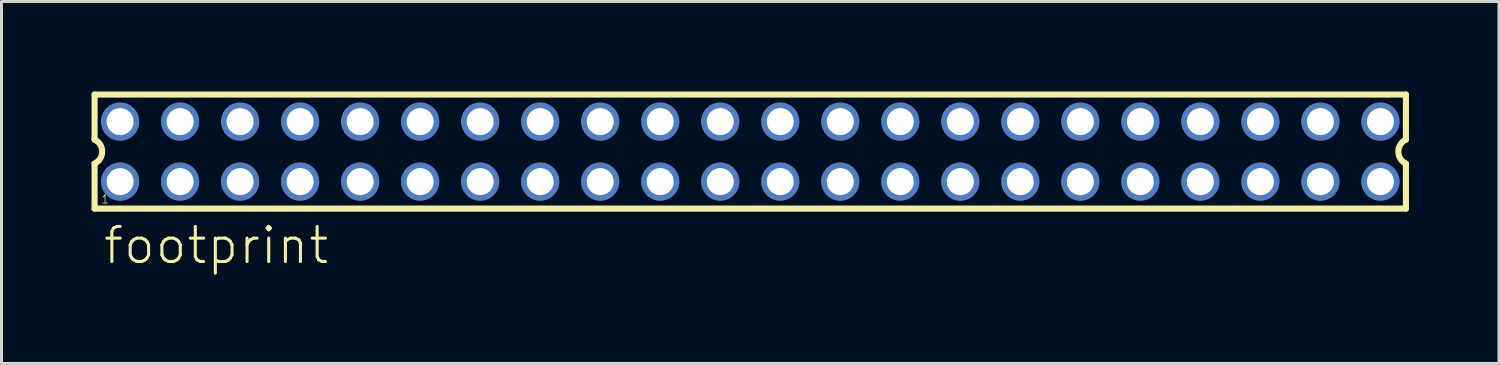
<source format=kicad_pcb>
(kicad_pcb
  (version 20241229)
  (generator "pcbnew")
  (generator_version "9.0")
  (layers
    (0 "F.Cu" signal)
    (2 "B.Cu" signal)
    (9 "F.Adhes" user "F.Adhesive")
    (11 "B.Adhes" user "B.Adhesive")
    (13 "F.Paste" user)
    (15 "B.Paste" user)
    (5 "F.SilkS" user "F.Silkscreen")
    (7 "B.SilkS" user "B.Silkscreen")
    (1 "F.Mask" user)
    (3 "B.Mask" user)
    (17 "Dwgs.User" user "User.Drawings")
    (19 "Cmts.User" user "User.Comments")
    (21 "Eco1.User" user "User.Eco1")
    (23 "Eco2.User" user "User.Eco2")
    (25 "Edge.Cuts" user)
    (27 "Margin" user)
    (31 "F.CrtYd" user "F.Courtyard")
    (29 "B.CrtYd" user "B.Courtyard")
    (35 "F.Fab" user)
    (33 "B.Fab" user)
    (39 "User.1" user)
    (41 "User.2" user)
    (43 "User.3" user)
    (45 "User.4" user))
  (footprint "footprint"
    (layer "F.Cu")
    (at 21.952 2.002)
    (property "Reference" "footprint" (at -21.62 3.81 0) (layer "F.SilkS") (effects (font (size 1.168 1.168) (thickness 0.102)) (justify left bottom)))
    (fp_line (start -21.85 -1.9) (end -21.85 -0.4) (stroke (width 0.203) (type solid)) (layer "F.SilkS"))
    (fp_line (start -21.85 0.4) (end -21.85 1.9) (stroke (width 0.203) (type solid)) (layer "F.SilkS"))
    (fp_line (start -21.85 1.9) (end 21.85 1.9) (stroke (width 0.203) (type solid)) (layer "F.SilkS"))
    (fp_line (start 21.85 -1.9) (end -21.85 -1.9) (stroke (width 0.203) (type solid)) (layer "F.SilkS"))
    (fp_line (start 21.85 -0.4) (end 21.85 -1.9) (stroke (width 0.203) (type solid)) (layer "F.SilkS"))
    (fp_line (start 21.85 1.9) (end 21.85 0.4) (stroke (width 0.203) (type solid)) (layer "F.SilkS"))
    (fp_arc (start -21.85 -0.4) (mid -21.597168 -0.000001) (end -21.849998 0.399999) (stroke (width 0.2032) (type solid)) (layer "F.SilkS"))
    (fp_arc (start 21.85 0.4) (mid 21.597168 0.000001) (end 21.849998 -0.399999) (stroke (width 0.2032) (type solid)) (layer "F.SilkS"))
    (fp_poly (pts (xy -21.25 -0.75) (xy -20.75 -0.75) (xy -20.75 -1.25) (xy -21.25 -1.25)) (stroke (width 0.1) (type solid)) (fill no) (layer "F.Fab"))
    (fp_poly (pts (xy -21.25 1.25) (xy -20.75 1.25) (xy -20.75 0.75) (xy -21.25 0.75)) (stroke (width 0.1) (type solid)) (fill no) (layer "F.Fab"))
    (fp_poly (pts (xy -19.25 -0.75) (xy -18.75 -0.75) (xy -18.75 -1.25) (xy -19.25 -1.25)) (stroke (width 0.1) (type solid)) (fill no) (layer "F.Fab"))
    (fp_poly (pts (xy -19.25 1.25) (xy -18.75 1.25) (xy -18.75 0.75) (xy -19.25 0.75)) (stroke (width 0.1) (type solid)) (fill no) (layer "F.Fab"))
    (fp_poly (pts (xy -17.25 -0.75) (xy -16.75 -0.75) (xy -16.75 -1.25) (xy -17.25 -1.25)) (stroke (width 0.1) (type solid)) (fill no) (layer "F.Fab"))
    (fp_poly (pts (xy -17.25 1.25) (xy -16.75 1.25) (xy -16.75 0.75) (xy -17.25 0.75)) (stroke (width 0.1) (type solid)) (fill no) (layer "F.Fab"))
    (fp_poly (pts (xy -15.25 -0.75) (xy -14.75 -0.75) (xy -14.75 -1.25) (xy -15.25 -1.25)) (stroke (width 0.1) (type solid)) (fill no) (layer "F.Fab"))
    (fp_poly (pts (xy -15.25 1.25) (xy -14.75 1.25) (xy -14.75 0.75) (xy -15.25 0.75)) (stroke (width 0.1) (type solid)) (fill no) (layer "F.Fab"))
    (fp_poly (pts (xy -13.25 -0.75) (xy -12.75 -0.75) (xy -12.75 -1.25) (xy -13.25 -1.25)) (stroke (width 0.1) (type solid)) (fill no) (layer "F.Fab"))
    (fp_poly (pts (xy -13.25 1.25) (xy -12.75 1.25) (xy -12.75 0.75) (xy -13.25 0.75)) (stroke (width 0.1) (type solid)) (fill no) (layer "F.Fab"))
    (fp_poly (pts (xy -11.25 -0.75) (xy -10.75 -0.75) (xy -10.75 -1.25) (xy -11.25 -1.25)) (stroke (width 0.1) (type solid)) (fill no) (layer "F.Fab"))
    (fp_poly (pts (xy -11.25 1.25) (xy -10.75 1.25) (xy -10.75 0.75) (xy -11.25 0.75)) (stroke (width 0.1) (type solid)) (fill no) (layer "F.Fab"))
    (fp_poly (pts (xy -9.25 -0.75) (xy -8.75 -0.75) (xy -8.75 -1.25) (xy -9.25 -1.25)) (stroke (width 0.1) (type solid)) (fill no) (layer "F.Fab"))
    (fp_poly (pts (xy -9.25 1.25) (xy -8.75 1.25) (xy -8.75 0.75) (xy -9.25 0.75)) (stroke (width 0.1) (type solid)) (fill no) (layer "F.Fab"))
    (fp_poly (pts (xy -7.25 -0.75) (xy -6.75 -0.75) (xy -6.75 -1.25) (xy -7.25 -1.25)) (stroke (width 0.1) (type solid)) (fill no) (layer "F.Fab"))
    (fp_poly (pts (xy -7.25 1.25) (xy -6.75 1.25) (xy -6.75 0.75) (xy -7.25 0.75)) (stroke (width 0.1) (type solid)) (fill no) (layer "F.Fab"))
    (fp_poly (pts (xy -5.25 -0.75) (xy -4.75 -0.75) (xy -4.75 -1.25) (xy -5.25 -1.25)) (stroke (width 0.1) (type solid)) (fill no) (layer "F.Fab"))
    (fp_poly (pts (xy -5.25 1.25) (xy -4.75 1.25) (xy -4.75 0.75) (xy -5.25 0.75)) (stroke (width 0.1) (type solid)) (fill no) (layer "F.Fab"))
    (fp_poly (pts (xy -3.25 -0.75) (xy -2.75 -0.75) (xy -2.75 -1.25) (xy -3.25 -1.25)) (stroke (width 0.1) (type solid)) (fill no) (layer "F.Fab"))
    (fp_poly (pts (xy -3.25 1.25) (xy -2.75 1.25) (xy -2.75 0.75) (xy -3.25 0.75)) (stroke (width 0.1) (type solid)) (fill no) (layer "F.Fab"))
    (fp_poly (pts (xy -1.25 -0.75) (xy -0.75 -0.75) (xy -0.75 -1.25) (xy -1.25 -1.25)) (stroke (width 0.1) (type solid)) (fill no) (layer "F.Fab"))
    (fp_poly (pts (xy -1.25 1.25) (xy -0.75 1.25) (xy -0.75 0.75) (xy -1.25 0.75)) (stroke (width 0.1) (type solid)) (fill no) (layer "F.Fab"))
    (fp_poly (pts (xy 0.75 -0.75) (xy 1.25 -0.75) (xy 1.25 -1.25) (xy 0.75 -1.25)) (stroke (width 0.1) (type solid)) (fill no) (layer "F.Fab"))
    (fp_poly (pts (xy 0.75 1.25) (xy 1.25 1.25) (xy 1.25 0.75) (xy 0.75 0.75)) (stroke (width 0.1) (type solid)) (fill no) (layer "F.Fab"))
    (fp_poly (pts (xy 2.75 -0.75) (xy 3.25 -0.75) (xy 3.25 -1.25) (xy 2.75 -1.25)) (stroke (width 0.1) (type solid)) (fill no) (layer "F.Fab"))
    (fp_poly (pts (xy 2.75 1.25) (xy 3.25 1.25) (xy 3.25 0.75) (xy 2.75 0.75)) (stroke (width 0.1) (type solid)) (fill no) (layer "F.Fab"))
    (fp_poly (pts (xy 4.75 -0.75) (xy 5.25 -0.75) (xy 5.25 -1.25) (xy 4.75 -1.25)) (stroke (width 0.1) (type solid)) (fill no) (layer "F.Fab"))
    (fp_poly (pts (xy 4.75 1.25) (xy 5.25 1.25) (xy 5.25 0.75) (xy 4.75 0.75)) (stroke (width 0.1) (type solid)) (fill no) (layer "F.Fab"))
    (fp_poly (pts (xy 6.75 -0.75) (xy 7.25 -0.75) (xy 7.25 -1.25) (xy 6.75 -1.25)) (stroke (width 0.1) (type solid)) (fill no) (layer "F.Fab"))
    (fp_poly (pts (xy 6.75 1.25) (xy 7.25 1.25) (xy 7.25 0.75) (xy 6.75 0.75)) (stroke (width 0.1) (type solid)) (fill no) (layer "F.Fab"))
    (fp_poly (pts (xy 8.75 -0.75) (xy 9.25 -0.75) (xy 9.25 -1.25) (xy 8.75 -1.25)) (stroke (width 0.1) (type solid)) (fill no) (layer "F.Fab"))
    (fp_poly (pts (xy 8.75 1.25) (xy 9.25 1.25) (xy 9.25 0.75) (xy 8.75 0.75)) (stroke (width 0.1) (type solid)) (fill no) (layer "F.Fab"))
    (fp_poly (pts (xy 10.75 -0.75) (xy 11.25 -0.75) (xy 11.25 -1.25) (xy 10.75 -1.25)) (stroke (width 0.1) (type solid)) (fill no) (layer "F.Fab"))
    (fp_poly (pts (xy 10.75 1.25) (xy 11.25 1.25) (xy 11.25 0.75) (xy 10.75 0.75)) (stroke (width 0.1) (type solid)) (fill no) (layer "F.Fab"))
    (fp_poly (pts (xy 12.75 -0.75) (xy 13.25 -0.75) (xy 13.25 -1.25) (xy 12.75 -1.25)) (stroke (width 0.1) (type solid)) (fill no) (layer "F.Fab"))
    (fp_poly (pts (xy 12.75 1.25) (xy 13.25 1.25) (xy 13.25 0.75) (xy 12.75 0.75)) (stroke (width 0.1) (type solid)) (fill no) (layer "F.Fab"))
    (fp_poly (pts (xy 14.75 -0.75) (xy 15.25 -0.75) (xy 15.25 -1.25) (xy 14.75 -1.25)) (stroke (width 0.1) (type solid)) (fill no) (layer "F.Fab"))
    (fp_poly (pts (xy 14.75 1.25) (xy 15.25 1.25) (xy 15.25 0.75) (xy 14.75 0.75)) (stroke (width 0.1) (type solid)) (fill no) (layer "F.Fab"))
    (fp_poly (pts (xy 16.75 -0.75) (xy 17.25 -0.75) (xy 17.25 -1.25) (xy 16.75 -1.25)) (stroke (width 0.1) (type solid)) (fill no) (layer "F.Fab"))
    (fp_poly (pts (xy 16.75 1.25) (xy 17.25 1.25) (xy 17.25 0.75) (xy 16.75 0.75)) (stroke (width 0.1) (type solid)) (fill no) (layer "F.Fab"))
    (fp_poly (pts (xy 18.75 -0.75) (xy 19.25 -0.75) (xy 19.25 -1.25) (xy 18.75 -1.25)) (stroke (width 0.1) (type solid)) (fill no) (layer "F.Fab"))
    (fp_poly (pts (xy 18.75 1.25) (xy 19.25 1.25) (xy 19.25 0.75) (xy 18.75 0.75)) (stroke (width 0.1) (type solid)) (fill no) (layer "F.Fab"))
    (fp_poly (pts (xy 20.75 -0.75) (xy 21.25 -0.75) (xy 21.25 -1.25) (xy 20.75 -1.25)) (stroke (width 0.1) (type solid)) (fill no) (layer "F.Fab"))
    (fp_poly (pts (xy 20.75 1.25) (xy 21.25 1.25) (xy 21.25 0.75) (xy 20.75 0.75)) (stroke (width 0.1) (type solid)) (fill no) (layer "F.Fab"))
    (fp_text user "1" (at -21.65 1.75 0) (layer "F.SilkS") (effects (font (size 0.28 0.28) (thickness 0.024)) (justify left bottom)))
    (pad "1" thru_hole circle (at -21 1) (size 1.27 1.27) (drill 0.9) (layers "*.Cu" "*.Mask"))
    (pad "2" thru_hole circle (at -21 -1) (size 1.27 1.27) (drill 0.9) (layers "*.Cu" "*.Mask"))
    (pad "3" thru_hole circle (at -19 1) (size 1.27 1.27) (drill 0.9) (layers "*.Cu" "*.Mask"))
    (pad "4" thru_hole circle (at -19 -1) (size 1.27 1.27) (drill 0.9) (layers "*.Cu" "*.Mask"))
    (pad "5" thru_hole circle (at -17 1) (size 1.27 1.27) (drill 0.9) (layers "*.Cu" "*.Mask"))
    (pad "6" thru_hole circle (at -17 -1) (size 1.27 1.27) (drill 0.9) (layers "*.Cu" "*.Mask"))
    (pad "7" thru_hole circle (at -15 1) (size 1.27 1.27) (drill 0.9) (layers "*.Cu" "*.Mask"))
    (pad "8" thru_hole circle (at -15 -1) (size 1.27 1.27) (drill 0.9) (layers "*.Cu" "*.Mask"))
    (pad "9" thru_hole circle (at -13 1) (size 1.27 1.27) (drill 0.9) (layers "*.Cu" "*.Mask"))
    (pad "10" thru_hole circle (at -13 -1) (size 1.27 1.27) (drill 0.9) (layers "*.Cu" "*.Mask"))
    (pad "11" thru_hole circle (at -11 1) (size 1.27 1.27) (drill 0.9) (layers "*.Cu" "*.Mask"))
    (pad "12" thru_hole circle (at -11 -1) (size 1.27 1.27) (drill 0.9) (layers "*.Cu" "*.Mask"))
    (pad "13" thru_hole circle (at -9 1) (size 1.27 1.27) (drill 0.9) (layers "*.Cu" "*.Mask"))
    (pad "14" thru_hole circle (at -9 -1) (size 1.27 1.27) (drill 0.9) (layers "*.Cu" "*.Mask"))
    (pad "15" thru_hole circle (at -7 1) (size 1.27 1.27) (drill 0.9) (layers "*.Cu" "*.Mask"))
    (pad "16" thru_hole circle (at -7 -1) (size 1.27 1.27) (drill 0.9) (layers "*.Cu" "*.Mask"))
    (pad "17" thru_hole circle (at -5 1) (size 1.27 1.27) (drill 0.9) (layers "*.Cu" "*.Mask"))
    (pad "18" thru_hole circle (at -5 -1) (size 1.27 1.27) (drill 0.9) (layers "*.Cu" "*.Mask"))
    (pad "19" thru_hole circle (at -3 1) (size 1.27 1.27) (drill 0.9) (layers "*.Cu" "*.Mask"))
    (pad "20" thru_hole circle (at -3 -1) (size 1.27 1.27) (drill 0.9) (layers "*.Cu" "*.Mask"))
    (pad "21" thru_hole circle (at -1 1) (size 1.27 1.27) (drill 0.9) (layers "*.Cu" "*.Mask"))
    (pad "22" thru_hole circle (at -1 -1) (size 1.27 1.27) (drill 0.9) (layers "*.Cu" "*.Mask"))
    (pad "23" thru_hole circle (at 1 1) (size 1.27 1.27) (drill 0.9) (layers "*.Cu" "*.Mask"))
    (pad "24" thru_hole circle (at 1 -1) (size 1.27 1.27) (drill 0.9) (layers "*.Cu" "*.Mask"))
    (pad "25" thru_hole circle (at 3 1) (size 1.27 1.27) (drill 0.9) (layers "*.Cu" "*.Mask"))
    (pad "26" thru_hole circle (at 3 -1) (size 1.27 1.27) (drill 0.9) (layers "*.Cu" "*.Mask"))
    (pad "27" thru_hole circle (at 5 1) (size 1.27 1.27) (drill 0.9) (layers "*.Cu" "*.Mask"))
    (pad "28" thru_hole circle (at 5 -1) (size 1.27 1.27) (drill 0.9) (layers "*.Cu" "*.Mask"))
    (pad "29" thru_hole circle (at 7 1) (size 1.27 1.27) (drill 0.9) (layers "*.Cu" "*.Mask"))
    (pad "30" thru_hole circle (at 7 -1) (size 1.27 1.27) (drill 0.9) (layers "*.Cu" "*.Mask"))
    (pad "31" thru_hole circle (at 9 1) (size 1.27 1.27) (drill 0.9) (layers "*.Cu" "*.Mask"))
    (pad "32" thru_hole circle (at 9 -1) (size 1.27 1.27) (drill 0.9) (layers "*.Cu" "*.Mask"))
    (pad "33" thru_hole circle (at 11 1) (size 1.27 1.27) (drill 0.9) (layers "*.Cu" "*.Mask"))
    (pad "34" thru_hole circle (at 11 -1) (size 1.27 1.27) (drill 0.9) (layers "*.Cu" "*.Mask"))
    (pad "35" thru_hole circle (at 13 1) (size 1.27 1.27) (drill 0.9) (layers "*.Cu" "*.Mask"))
    (pad "36" thru_hole circle (at 13 -1) (size 1.27 1.27) (drill 0.9) (layers "*.Cu" "*.Mask"))
    (pad "37" thru_hole circle (at 15 1) (size 1.27 1.27) (drill 0.9) (layers "*.Cu" "*.Mask"))
    (pad "38" thru_hole circle (at 15 -1) (size 1.27 1.27) (drill 0.9) (layers "*.Cu" "*.Mask"))
    (pad "39" thru_hole circle (at 17 1) (size 1.27 1.27) (drill 0.9) (layers "*.Cu" "*.Mask"))
    (pad "40" thru_hole circle (at 17 -1) (size 1.27 1.27) (drill 0.9) (layers "*.Cu" "*.Mask"))
    (pad "41" thru_hole circle (at 19 1) (size 1.27 1.27) (drill 0.9) (layers "*.Cu" "*.Mask"))
    (pad "42" thru_hole circle (at 19 -1) (size 1.27 1.27) (drill 0.9) (layers "*.Cu" "*.Mask"))
    (pad "43" thru_hole circle (at 21 1) (size 1.27 1.27) (drill 0.9) (layers "*.Cu" "*.Mask"))
    (pad "44" thru_hole circle (at 21 -1) (size 1.27 1.27) (drill 0.9) (layers "*.Cu" "*.Mask")))
  (gr_rect
    (start -3 -3)
    (end 46.903 9.062)
    (stroke (width 0.1) (type default))
    (fill no)
    (layer "Edge.Cuts")))
</source>
